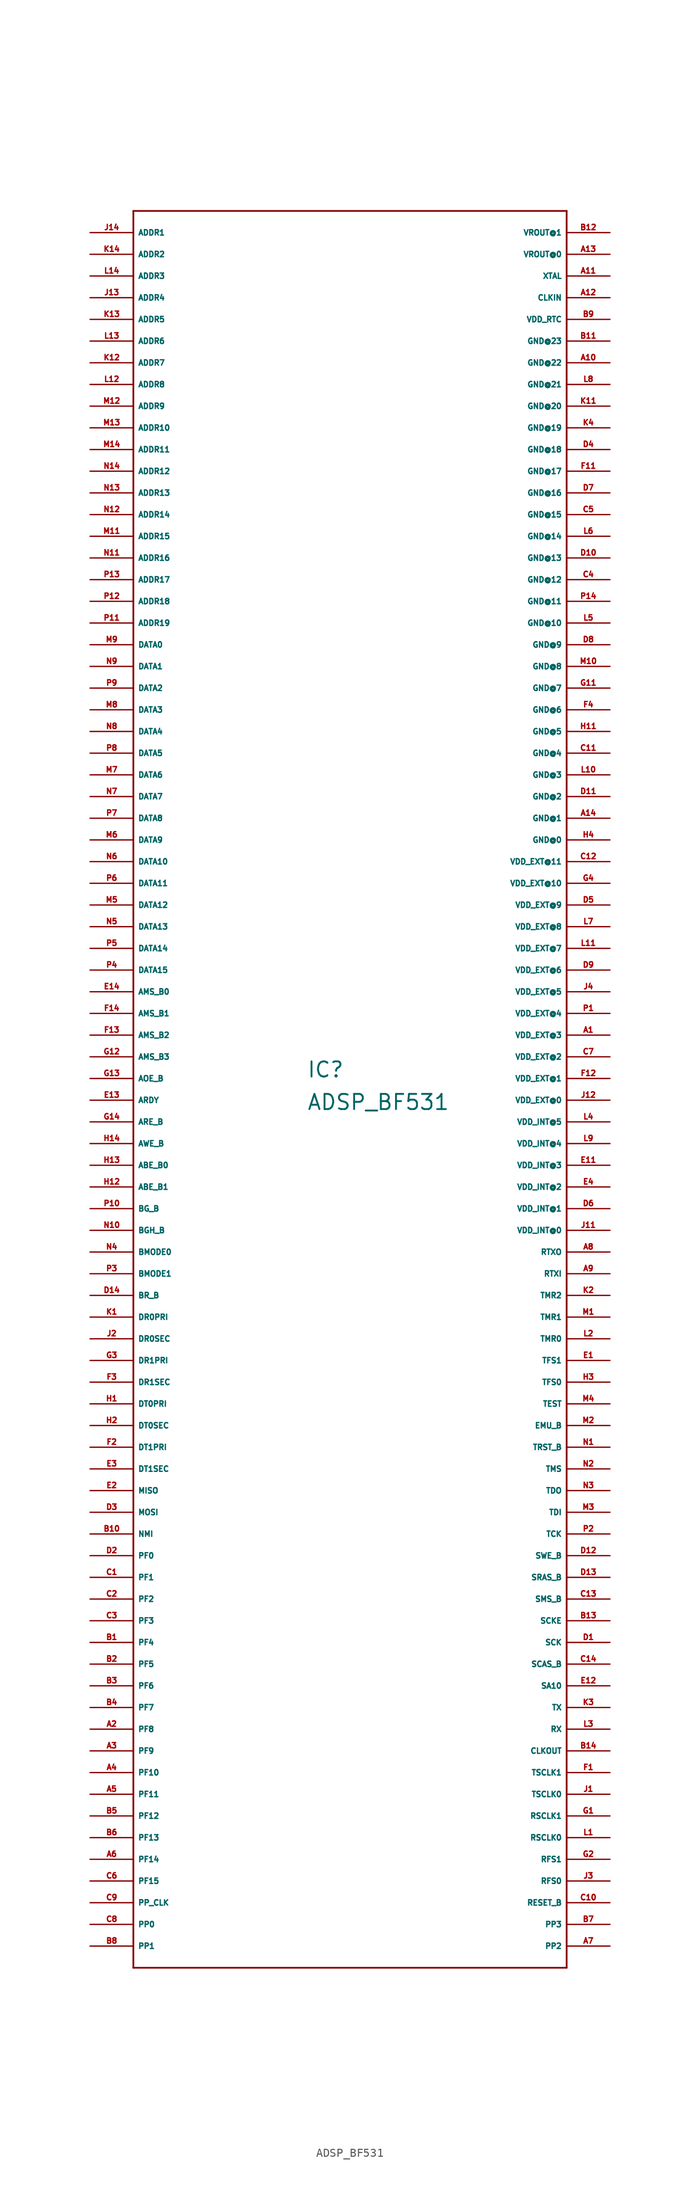
<source format=kicad_sym>
(kicad_symbol_lib
  (version 20220914)
  (generator Eagle2Kicad)
  (symbol "ADSP_BF531"
    (property "Reference" "IC"
      (at 25.4 104.14 0)
      (effects (font (size 1.778 1.778) (thickness 0.22)) (justify left bottom)))
    (property "Value" "ADSP_BF531"
      (at 25.4 100.33 0)
      (effects (font (size 1.778 1.778) (thickness 0.22)) (justify left bottom)))
    (polyline
      (pts (xy 5.08 0) (xy 55.88 0))
      (stroke (width 0.203) (type default))
      (fill (type none)))
    (polyline
      (pts (xy 55.88 0) (xy 55.88 205.74))
      (stroke (width 0.203) (type default))
      (fill (type none)))
    (polyline
      (pts (xy 55.88 205.74) (xy 5.08 205.74))
      (stroke (width 0.203) (type default))
      (fill (type none)))
    (polyline
      (pts (xy 5.08 205.74) (xy 5.08 0))
      (stroke (width 0.203) (type default))
      (fill (type none)))
    (pin output line
      (at 0 203.2 0)
      (length 5.08)
      (name "ADDR1" (effects (font (size 0.635 0.635) (thickness 0.08)) (justify left bottom)))
      (number "J14" (effects (font (size 0.635 0.635) (thickness 0.08)) (justify left bottom))))
    (pin output line
      (at 0 200.66 0)
      (length 5.08)
      (name "ADDR2" (effects (font (size 0.635 0.635) (thickness 0.08)) (justify left bottom)))
      (number "K14" (effects (font (size 0.635 0.635) (thickness 0.08)) (justify left bottom))))
    (pin output line
      (at 0 198.12 0)
      (length 5.08)
      (name "ADDR3" (effects (font (size 0.635 0.635) (thickness 0.08)) (justify left bottom)))
      (number "L14" (effects (font (size 0.635 0.635) (thickness 0.08)) (justify left bottom))))
    (pin output line
      (at 0 195.58 0)
      (length 5.08)
      (name "ADDR4" (effects (font (size 0.635 0.635) (thickness 0.08)) (justify left bottom)))
      (number "J13" (effects (font (size 0.635 0.635) (thickness 0.08)) (justify left bottom))))
    (pin output line
      (at 0 193.04 0)
      (length 5.08)
      (name "ADDR5" (effects (font (size 0.635 0.635) (thickness 0.08)) (justify left bottom)))
      (number "K13" (effects (font (size 0.635 0.635) (thickness 0.08)) (justify left bottom))))
    (pin output line
      (at 0 190.5 0)
      (length 5.08)
      (name "ADDR6" (effects (font (size 0.635 0.635) (thickness 0.08)) (justify left bottom)))
      (number "L13" (effects (font (size 0.635 0.635) (thickness 0.08)) (justify left bottom))))
    (pin output line
      (at 0 187.96 0)
      (length 5.08)
      (name "ADDR7" (effects (font (size 0.635 0.635) (thickness 0.08)) (justify left bottom)))
      (number "K12" (effects (font (size 0.635 0.635) (thickness 0.08)) (justify left bottom))))
    (pin output line
      (at 0 185.42 0)
      (length 5.08)
      (name "ADDR8" (effects (font (size 0.635 0.635) (thickness 0.08)) (justify left bottom)))
      (number "L12" (effects (font (size 0.635 0.635) (thickness 0.08)) (justify left bottom))))
    (pin output line
      (at 0 182.88 0)
      (length 5.08)
      (name "ADDR9" (effects (font (size 0.635 0.635) (thickness 0.08)) (justify left bottom)))
      (number "M12" (effects (font (size 0.635 0.635) (thickness 0.08)) (justify left bottom))))
    (pin output line
      (at 0 180.34 0)
      (length 5.08)
      (name "ADDR10" (effects (font (size 0.635 0.635) (thickness 0.08)) (justify left bottom)))
      (number "M13" (effects (font (size 0.635 0.635) (thickness 0.08)) (justify left bottom))))
    (pin output line
      (at 0 177.8 0)
      (length 5.08)
      (name "ADDR11" (effects (font (size 0.635 0.635) (thickness 0.08)) (justify left bottom)))
      (number "M14" (effects (font (size 0.635 0.635) (thickness 0.08)) (justify left bottom))))
    (pin output line
      (at 0 175.26 0)
      (length 5.08)
      (name "ADDR12" (effects (font (size 0.635 0.635) (thickness 0.08)) (justify left bottom)))
      (number "N14" (effects (font (size 0.635 0.635) (thickness 0.08)) (justify left bottom))))
    (pin output line
      (at 0 172.72 0)
      (length 5.08)
      (name "ADDR13" (effects (font (size 0.635 0.635) (thickness 0.08)) (justify left bottom)))
      (number "N13" (effects (font (size 0.635 0.635) (thickness 0.08)) (justify left bottom))))
    (pin output line
      (at 0 170.18 0)
      (length 5.08)
      (name "ADDR14" (effects (font (size 0.635 0.635) (thickness 0.08)) (justify left bottom)))
      (number "N12" (effects (font (size 0.635 0.635) (thickness 0.08)) (justify left bottom))))
    (pin output line
      (at 0 167.64 0)
      (length 5.08)
      (name "ADDR15" (effects (font (size 0.635 0.635) (thickness 0.08)) (justify left bottom)))
      (number "M11" (effects (font (size 0.635 0.635) (thickness 0.08)) (justify left bottom))))
    (pin output line
      (at 0 165.1 0)
      (length 5.08)
      (name "ADDR16" (effects (font (size 0.635 0.635) (thickness 0.08)) (justify left bottom)))
      (number "N11" (effects (font (size 0.635 0.635) (thickness 0.08)) (justify left bottom))))
    (pin output line
      (at 0 162.56 0)
      (length 5.08)
      (name "ADDR17" (effects (font (size 0.635 0.635) (thickness 0.08)) (justify left bottom)))
      (number "P13" (effects (font (size 0.635 0.635) (thickness 0.08)) (justify left bottom))))
    (pin output line
      (at 0 160.02 0)
      (length 5.08)
      (name "ADDR18" (effects (font (size 0.635 0.635) (thickness 0.08)) (justify left bottom)))
      (number "P12" (effects (font (size 0.635 0.635) (thickness 0.08)) (justify left bottom))))
    (pin output line
      (at 0 157.48 0)
      (length 5.08)
      (name "ADDR19" (effects (font (size 0.635 0.635) (thickness 0.08)) (justify left bottom)))
      (number "P11" (effects (font (size 0.635 0.635) (thickness 0.08)) (justify left bottom))))
    (pin bidirectional line
      (at 0 154.94 0)
      (length 5.08)
      (name "DATA0" (effects (font (size 0.635 0.635) (thickness 0.08)) (justify left bottom)))
      (number "M9" (effects (font (size 0.635 0.635) (thickness 0.08)) (justify left bottom))))
    (pin bidirectional line
      (at 0 152.4 0)
      (length 5.08)
      (name "DATA1" (effects (font (size 0.635 0.635) (thickness 0.08)) (justify left bottom)))
      (number "N9" (effects (font (size 0.635 0.635) (thickness 0.08)) (justify left bottom))))
    (pin bidirectional line
      (at 0 149.86 0)
      (length 5.08)
      (name "DATA2" (effects (font (size 0.635 0.635) (thickness 0.08)) (justify left bottom)))
      (number "P9" (effects (font (size 0.635 0.635) (thickness 0.08)) (justify left bottom))))
    (pin bidirectional line
      (at 0 147.32 0)
      (length 5.08)
      (name "DATA3" (effects (font (size 0.635 0.635) (thickness 0.08)) (justify left bottom)))
      (number "M8" (effects (font (size 0.635 0.635) (thickness 0.08)) (justify left bottom))))
    (pin bidirectional line
      (at 0 144.78 0)
      (length 5.08)
      (name "DATA4" (effects (font (size 0.635 0.635) (thickness 0.08)) (justify left bottom)))
      (number "N8" (effects (font (size 0.635 0.635) (thickness 0.08)) (justify left bottom))))
    (pin bidirectional line
      (at 0 142.24 0)
      (length 5.08)
      (name "DATA5" (effects (font (size 0.635 0.635) (thickness 0.08)) (justify left bottom)))
      (number "P8" (effects (font (size 0.635 0.635) (thickness 0.08)) (justify left bottom))))
    (pin bidirectional line
      (at 0 139.7 0)
      (length 5.08)
      (name "DATA6" (effects (font (size 0.635 0.635) (thickness 0.08)) (justify left bottom)))
      (number "M7" (effects (font (size 0.635 0.635) (thickness 0.08)) (justify left bottom))))
    (pin bidirectional line
      (at 0 137.16 0)
      (length 5.08)
      (name "DATA7" (effects (font (size 0.635 0.635) (thickness 0.08)) (justify left bottom)))
      (number "N7" (effects (font (size 0.635 0.635) (thickness 0.08)) (justify left bottom))))
    (pin bidirectional line
      (at 0 134.62 0)
      (length 5.08)
      (name "DATA8" (effects (font (size 0.635 0.635) (thickness 0.08)) (justify left bottom)))
      (number "P7" (effects (font (size 0.635 0.635) (thickness 0.08)) (justify left bottom))))
    (pin bidirectional line
      (at 0 132.08 0)
      (length 5.08)
      (name "DATA9" (effects (font (size 0.635 0.635) (thickness 0.08)) (justify left bottom)))
      (number "M6" (effects (font (size 0.635 0.635) (thickness 0.08)) (justify left bottom))))
    (pin bidirectional line
      (at 0 129.54 0)
      (length 5.08)
      (name "DATA10" (effects (font (size 0.635 0.635) (thickness 0.08)) (justify left bottom)))
      (number "N6" (effects (font (size 0.635 0.635) (thickness 0.08)) (justify left bottom))))
    (pin bidirectional line
      (at 0 127 0)
      (length 5.08)
      (name "DATA11" (effects (font (size 0.635 0.635) (thickness 0.08)) (justify left bottom)))
      (number "P6" (effects (font (size 0.635 0.635) (thickness 0.08)) (justify left bottom))))
    (pin bidirectional line
      (at 0 124.46 0)
      (length 5.08)
      (name "DATA12" (effects (font (size 0.635 0.635) (thickness 0.08)) (justify left bottom)))
      (number "M5" (effects (font (size 0.635 0.635) (thickness 0.08)) (justify left bottom))))
    (pin bidirectional line
      (at 0 121.92 0)
      (length 5.08)
      (name "DATA13" (effects (font (size 0.635 0.635) (thickness 0.08)) (justify left bottom)))
      (number "N5" (effects (font (size 0.635 0.635) (thickness 0.08)) (justify left bottom))))
    (pin bidirectional line
      (at 0 119.38 0)
      (length 5.08)
      (name "DATA14" (effects (font (size 0.635 0.635) (thickness 0.08)) (justify left bottom)))
      (number "P5" (effects (font (size 0.635 0.635) (thickness 0.08)) (justify left bottom))))
    (pin bidirectional line
      (at 0 116.84 0)
      (length 5.08)
      (name "DATA15" (effects (font (size 0.635 0.635) (thickness 0.08)) (justify left bottom)))
      (number "P4" (effects (font (size 0.635 0.635) (thickness 0.08)) (justify left bottom))))
    (pin output line
      (at 0 114.3 0)
      (length 5.08)
      (name "AMS_B0" (effects (font (size 0.635 0.635) (thickness 0.08)) (justify left bottom)))
      (number "E14" (effects (font (size 0.635 0.635) (thickness 0.08)) (justify left bottom))))
    (pin output line
      (at 0 111.76 0)
      (length 5.08)
      (name "AMS_B1" (effects (font (size 0.635 0.635) (thickness 0.08)) (justify left bottom)))
      (number "F14" (effects (font (size 0.635 0.635) (thickness 0.08)) (justify left bottom))))
    (pin output line
      (at 0 109.22 0)
      (length 5.08)
      (name "AMS_B2" (effects (font (size 0.635 0.635) (thickness 0.08)) (justify left bottom)))
      (number "F13" (effects (font (size 0.635 0.635) (thickness 0.08)) (justify left bottom))))
    (pin output line
      (at 0 106.68 0)
      (length 5.08)
      (name "AMS_B3" (effects (font (size 0.635 0.635) (thickness 0.08)) (justify left bottom)))
      (number "G12" (effects (font (size 0.635 0.635) (thickness 0.08)) (justify left bottom))))
    (pin output line
      (at 0 104.14 0)
      (length 5.08)
      (name "AOE_B" (effects (font (size 0.635 0.635) (thickness 0.08)) (justify left bottom)))
      (number "G13" (effects (font (size 0.635 0.635) (thickness 0.08)) (justify left bottom))))
    (pin input line
      (at 0 101.6 0)
      (length 5.08)
      (name "ARDY" (effects (font (size 0.635 0.635) (thickness 0.08)) (justify left bottom)))
      (number "E13" (effects (font (size 0.635 0.635) (thickness 0.08)) (justify left bottom))))
    (pin output line
      (at 0 99.06 0)
      (length 5.08)
      (name "ARE_B" (effects (font (size 0.635 0.635) (thickness 0.08)) (justify left bottom)))
      (number "G14" (effects (font (size 0.635 0.635) (thickness 0.08)) (justify left bottom))))
    (pin output line
      (at 0 96.52 0)
      (length 5.08)
      (name "AWE_B" (effects (font (size 0.635 0.635) (thickness 0.08)) (justify left bottom)))
      (number "H14" (effects (font (size 0.635 0.635) (thickness 0.08)) (justify left bottom))))
    (pin output line
      (at 0 93.98 0)
      (length 5.08)
      (name "ABE_B0" (effects (font (size 0.635 0.635) (thickness 0.08)) (justify left bottom)))
      (number "H13" (effects (font (size 0.635 0.635) (thickness 0.08)) (justify left bottom))))
    (pin output line
      (at 0 91.44 0)
      (length 5.08)
      (name "ABE_B1" (effects (font (size 0.635 0.635) (thickness 0.08)) (justify left bottom)))
      (number "H12" (effects (font (size 0.635 0.635) (thickness 0.08)) (justify left bottom))))
    (pin tri_state line
      (at 0 88.9 0)
      (length 5.08)
      (name "BG_B" (effects (font (size 0.635 0.635) (thickness 0.08)) (justify left bottom)))
      (number "P10" (effects (font (size 0.635 0.635) (thickness 0.08)) (justify left bottom))))
    (pin tri_state line
      (at 0 86.36 0)
      (length 5.08)
      (name "BGH_B" (effects (font (size 0.635 0.635) (thickness 0.08)) (justify left bottom)))
      (number "N10" (effects (font (size 0.635 0.635) (thickness 0.08)) (justify left bottom))))
    (pin input line
      (at 0 83.82 0)
      (length 5.08)
      (name "BMODE0" (effects (font (size 0.635 0.635) (thickness 0.08)) (justify left bottom)))
      (number "N4" (effects (font (size 0.635 0.635) (thickness 0.08)) (justify left bottom))))
    (pin input line
      (at 0 81.28 0)
      (length 5.08)
      (name "BMODE1" (effects (font (size 0.635 0.635) (thickness 0.08)) (justify left bottom)))
      (number "P3" (effects (font (size 0.635 0.635) (thickness 0.08)) (justify left bottom))))
    (pin input line
      (at 0 78.74 0)
      (length 5.08)
      (name "BR_B" (effects (font (size 0.635 0.635) (thickness 0.08)) (justify left bottom)))
      (number "D14" (effects (font (size 0.635 0.635) (thickness 0.08)) (justify left bottom))))
    (pin input line
      (at 0 76.2 0)
      (length 5.08)
      (name "DR0PRI" (effects (font (size 0.635 0.635) (thickness 0.08)) (justify left bottom)))
      (number "K1" (effects (font (size 0.635 0.635) (thickness 0.08)) (justify left bottom))))
    (pin input line
      (at 0 73.66 0)
      (length 5.08)
      (name "DR0SEC" (effects (font (size 0.635 0.635) (thickness 0.08)) (justify left bottom)))
      (number "J2" (effects (font (size 0.635 0.635) (thickness 0.08)) (justify left bottom))))
    (pin input line
      (at 0 71.12 0)
      (length 5.08)
      (name "DR1PRI" (effects (font (size 0.635 0.635) (thickness 0.08)) (justify left bottom)))
      (number "G3" (effects (font (size 0.635 0.635) (thickness 0.08)) (justify left bottom))))
    (pin input line
      (at 0 68.58 0)
      (length 5.08)
      (name "DR1SEC" (effects (font (size 0.635 0.635) (thickness 0.08)) (justify left bottom)))
      (number "F3" (effects (font (size 0.635 0.635) (thickness 0.08)) (justify left bottom))))
    (pin output line
      (at 0 66.04 0)
      (length 5.08)
      (name "DT0PRI" (effects (font (size 0.635 0.635) (thickness 0.08)) (justify left bottom)))
      (number "H1" (effects (font (size 0.635 0.635) (thickness 0.08)) (justify left bottom))))
    (pin output line
      (at 0 63.5 0)
      (length 5.08)
      (name "DT0SEC" (effects (font (size 0.635 0.635) (thickness 0.08)) (justify left bottom)))
      (number "H2" (effects (font (size 0.635 0.635) (thickness 0.08)) (justify left bottom))))
    (pin output line
      (at 0 60.96 0)
      (length 5.08)
      (name "DT1PRI" (effects (font (size 0.635 0.635) (thickness 0.08)) (justify left bottom)))
      (number "F2" (effects (font (size 0.635 0.635) (thickness 0.08)) (justify left bottom))))
    (pin output line
      (at 0 58.42 0)
      (length 5.08)
      (name "DT1SEC" (effects (font (size 0.635 0.635) (thickness 0.08)) (justify left bottom)))
      (number "E3" (effects (font (size 0.635 0.635) (thickness 0.08)) (justify left bottom))))
    (pin bidirectional line
      (at 0 55.88 0)
      (length 5.08)
      (name "MISO" (effects (font (size 0.635 0.635) (thickness 0.08)) (justify left bottom)))
      (number "E2" (effects (font (size 0.635 0.635) (thickness 0.08)) (justify left bottom))))
    (pin bidirectional line
      (at 0 53.34 0)
      (length 5.08)
      (name "MOSI" (effects (font (size 0.635 0.635) (thickness 0.08)) (justify left bottom)))
      (number "D3" (effects (font (size 0.635 0.635) (thickness 0.08)) (justify left bottom))))
    (pin input line
      (at 0 50.8 0)
      (length 5.08)
      (name "NMI" (effects (font (size 0.635 0.635) (thickness 0.08)) (justify left bottom)))
      (number "B10" (effects (font (size 0.635 0.635) (thickness 0.08)) (justify left bottom))))
    (pin bidirectional line
      (at 0 48.26 0)
      (length 5.08)
      (name "PF0" (effects (font (size 0.635 0.635) (thickness 0.08)) (justify left bottom)))
      (number "D2" (effects (font (size 0.635 0.635) (thickness 0.08)) (justify left bottom))))
    (pin bidirectional line
      (at 0 45.72 0)
      (length 5.08)
      (name "PF1" (effects (font (size 0.635 0.635) (thickness 0.08)) (justify left bottom)))
      (number "C1" (effects (font (size 0.635 0.635) (thickness 0.08)) (justify left bottom))))
    (pin bidirectional line
      (at 0 43.18 0)
      (length 5.08)
      (name "PF2" (effects (font (size 0.635 0.635) (thickness 0.08)) (justify left bottom)))
      (number "C2" (effects (font (size 0.635 0.635) (thickness 0.08)) (justify left bottom))))
    (pin bidirectional line
      (at 0 40.64 0)
      (length 5.08)
      (name "PF3" (effects (font (size 0.635 0.635) (thickness 0.08)) (justify left bottom)))
      (number "C3" (effects (font (size 0.635 0.635) (thickness 0.08)) (justify left bottom))))
    (pin bidirectional line
      (at 0 38.1 0)
      (length 5.08)
      (name "PF4" (effects (font (size 0.635 0.635) (thickness 0.08)) (justify left bottom)))
      (number "B1" (effects (font (size 0.635 0.635) (thickness 0.08)) (justify left bottom))))
    (pin bidirectional line
      (at 0 35.56 0)
      (length 5.08)
      (name "PF5" (effects (font (size 0.635 0.635) (thickness 0.08)) (justify left bottom)))
      (number "B2" (effects (font (size 0.635 0.635) (thickness 0.08)) (justify left bottom))))
    (pin bidirectional line
      (at 0 33.02 0)
      (length 5.08)
      (name "PF6" (effects (font (size 0.635 0.635) (thickness 0.08)) (justify left bottom)))
      (number "B3" (effects (font (size 0.635 0.635) (thickness 0.08)) (justify left bottom))))
    (pin bidirectional line
      (at 0 30.48 0)
      (length 5.08)
      (name "PF7" (effects (font (size 0.635 0.635) (thickness 0.08)) (justify left bottom)))
      (number "B4" (effects (font (size 0.635 0.635) (thickness 0.08)) (justify left bottom))))
    (pin bidirectional line
      (at 0 27.94 0)
      (length 5.08)
      (name "PF8" (effects (font (size 0.635 0.635) (thickness 0.08)) (justify left bottom)))
      (number "A2" (effects (font (size 0.635 0.635) (thickness 0.08)) (justify left bottom))))
    (pin bidirectional line
      (at 0 25.4 0)
      (length 5.08)
      (name "PF9" (effects (font (size 0.635 0.635) (thickness 0.08)) (justify left bottom)))
      (number "A3" (effects (font (size 0.635 0.635) (thickness 0.08)) (justify left bottom))))
    (pin bidirectional line
      (at 0 22.86 0)
      (length 5.08)
      (name "PF10" (effects (font (size 0.635 0.635) (thickness 0.08)) (justify left bottom)))
      (number "A4" (effects (font (size 0.635 0.635) (thickness 0.08)) (justify left bottom))))
    (pin bidirectional line
      (at 0 20.32 0)
      (length 5.08)
      (name "PF11" (effects (font (size 0.635 0.635) (thickness 0.08)) (justify left bottom)))
      (number "A5" (effects (font (size 0.635 0.635) (thickness 0.08)) (justify left bottom))))
    (pin bidirectional line
      (at 0 17.78 0)
      (length 5.08)
      (name "PF12" (effects (font (size 0.635 0.635) (thickness 0.08)) (justify left bottom)))
      (number "B5" (effects (font (size 0.635 0.635) (thickness 0.08)) (justify left bottom))))
    (pin bidirectional line
      (at 0 15.24 0)
      (length 5.08)
      (name "PF13" (effects (font (size 0.635 0.635) (thickness 0.08)) (justify left bottom)))
      (number "B6" (effects (font (size 0.635 0.635) (thickness 0.08)) (justify left bottom))))
    (pin bidirectional line
      (at 0 12.7 0)
      (length 5.08)
      (name "PF14" (effects (font (size 0.635 0.635) (thickness 0.08)) (justify left bottom)))
      (number "A6" (effects (font (size 0.635 0.635) (thickness 0.08)) (justify left bottom))))
    (pin bidirectional line
      (at 0 10.16 0)
      (length 5.08)
      (name "PF15" (effects (font (size 0.635 0.635) (thickness 0.08)) (justify left bottom)))
      (number "C6" (effects (font (size 0.635 0.635) (thickness 0.08)) (justify left bottom))))
    (pin input line
      (at 0 7.62 0)
      (length 5.08)
      (name "PP_CLK" (effects (font (size 0.635 0.635) (thickness 0.08)) (justify left bottom)))
      (number "C9" (effects (font (size 0.635 0.635) (thickness 0.08)) (justify left bottom))))
    (pin bidirectional line
      (at 0 5.08 0)
      (length 5.08)
      (name "PP0" (effects (font (size 0.635 0.635) (thickness 0.08)) (justify left bottom)))
      (number "C8" (effects (font (size 0.635 0.635) (thickness 0.08)) (justify left bottom))))
    (pin bidirectional line
      (at 0 2.54 0)
      (length 5.08)
      (name "PP1" (effects (font (size 0.635 0.635) (thickness 0.08)) (justify left bottom)))
      (number "B8" (effects (font (size 0.635 0.635) (thickness 0.08)) (justify left bottom))))
    (pin bidirectional line
      (at 60.96 2.54 180)
      (length 5.08)
      (name "PP2" (effects (font (size 0.635 0.635) (thickness 0.08)) (justify left bottom)))
      (number "A7" (effects (font (size 0.635 0.635) (thickness 0.08)) (justify left bottom))))
    (pin bidirectional line
      (at 60.96 5.08 180)
      (length 5.08)
      (name "PP3" (effects (font (size 0.635 0.635) (thickness 0.08)) (justify left bottom)))
      (number "B7" (effects (font (size 0.635 0.635) (thickness 0.08)) (justify left bottom))))
    (pin input line
      (at 60.96 7.62 180)
      (length 5.08)
      (name "RESET_B" (effects (font (size 0.635 0.635) (thickness 0.08)) (justify left bottom)))
      (number "C10" (effects (font (size 0.635 0.635) (thickness 0.08)) (justify left bottom))))
    (pin bidirectional line
      (at 60.96 10.16 180)
      (length 5.08)
      (name "RFS0" (effects (font (size 0.635 0.635) (thickness 0.08)) (justify left bottom)))
      (number "J3" (effects (font (size 0.635 0.635) (thickness 0.08)) (justify left bottom))))
    (pin bidirectional line
      (at 60.96 12.7 180)
      (length 5.08)
      (name "RFS1" (effects (font (size 0.635 0.635) (thickness 0.08)) (justify left bottom)))
      (number "G2" (effects (font (size 0.635 0.635) (thickness 0.08)) (justify left bottom))))
    (pin bidirectional line
      (at 60.96 15.24 180)
      (length 5.08)
      (name "RSCLK0" (effects (font (size 0.635 0.635) (thickness 0.08)) (justify left bottom)))
      (number "L1" (effects (font (size 0.635 0.635) (thickness 0.08)) (justify left bottom))))
    (pin bidirectional line
      (at 60.96 17.78 180)
      (length 5.08)
      (name "RSCLK1" (effects (font (size 0.635 0.635) (thickness 0.08)) (justify left bottom)))
      (number "G1" (effects (font (size 0.635 0.635) (thickness 0.08)) (justify left bottom))))
    (pin bidirectional line
      (at 60.96 20.32 180)
      (length 5.08)
      (name "TSCLK0" (effects (font (size 0.635 0.635) (thickness 0.08)) (justify left bottom)))
      (number "J1" (effects (font (size 0.635 0.635) (thickness 0.08)) (justify left bottom))))
    (pin bidirectional line
      (at 60.96 22.86 180)
      (length 5.08)
      (name "TSCLK1" (effects (font (size 0.635 0.635) (thickness 0.08)) (justify left bottom)))
      (number "F1" (effects (font (size 0.635 0.635) (thickness 0.08)) (justify left bottom))))
    (pin output line
      (at 60.96 25.4 180)
      (length 5.08)
      (name "CLKOUT" (effects (font (size 0.635 0.635) (thickness 0.08)) (justify left bottom)))
      (number "B14" (effects (font (size 0.635 0.635) (thickness 0.08)) (justify left bottom))))
    (pin input line
      (at 60.96 27.94 180)
      (length 5.08)
      (name "RX" (effects (font (size 0.635 0.635) (thickness 0.08)) (justify left bottom)))
      (number "L3" (effects (font (size 0.635 0.635) (thickness 0.08)) (justify left bottom))))
    (pin tri_state line
      (at 60.96 30.48 180)
      (length 5.08)
      (name "TX" (effects (font (size 0.635 0.635) (thickness 0.08)) (justify left bottom)))
      (number "K3" (effects (font (size 0.635 0.635) (thickness 0.08)) (justify left bottom))))
    (pin output line
      (at 60.96 33.02 180)
      (length 5.08)
      (name "SA10" (effects (font (size 0.635 0.635) (thickness 0.08)) (justify left bottom)))
      (number "E12" (effects (font (size 0.635 0.635) (thickness 0.08)) (justify left bottom))))
    (pin output line
      (at 60.96 35.56 180)
      (length 5.08)
      (name "SCAS_B" (effects (font (size 0.635 0.635) (thickness 0.08)) (justify left bottom)))
      (number "C14" (effects (font (size 0.635 0.635) (thickness 0.08)) (justify left bottom))))
    (pin bidirectional line
      (at 60.96 38.1 180)
      (length 5.08)
      (name "SCK" (effects (font (size 0.635 0.635) (thickness 0.08)) (justify left bottom)))
      (number "D1" (effects (font (size 0.635 0.635) (thickness 0.08)) (justify left bottom))))
    (pin output line
      (at 60.96 40.64 180)
      (length 5.08)
      (name "SCKE" (effects (font (size 0.635 0.635) (thickness 0.08)) (justify left bottom)))
      (number "B13" (effects (font (size 0.635 0.635) (thickness 0.08)) (justify left bottom))))
    (pin output line
      (at 60.96 43.18 180)
      (length 5.08)
      (name "SMS_B" (effects (font (size 0.635 0.635) (thickness 0.08)) (justify left bottom)))
      (number "C13" (effects (font (size 0.635 0.635) (thickness 0.08)) (justify left bottom))))
    (pin output line
      (at 60.96 45.72 180)
      (length 5.08)
      (name "SRAS_B" (effects (font (size 0.635 0.635) (thickness 0.08)) (justify left bottom)))
      (number "D13" (effects (font (size 0.635 0.635) (thickness 0.08)) (justify left bottom))))
    (pin output line
      (at 60.96 48.26 180)
      (length 5.08)
      (name "SWE_B" (effects (font (size 0.635 0.635) (thickness 0.08)) (justify left bottom)))
      (number "D12" (effects (font (size 0.635 0.635) (thickness 0.08)) (justify left bottom))))
    (pin input line
      (at 60.96 50.8 180)
      (length 5.08)
      (name "TCK" (effects (font (size 0.635 0.635) (thickness 0.08)) (justify left bottom)))
      (number "P2" (effects (font (size 0.635 0.635) (thickness 0.08)) (justify left bottom))))
    (pin input line
      (at 60.96 53.34 180)
      (length 5.08)
      (name "TDI" (effects (font (size 0.635 0.635) (thickness 0.08)) (justify left bottom)))
      (number "M3" (effects (font (size 0.635 0.635) (thickness 0.08)) (justify left bottom))))
    (pin output line
      (at 60.96 55.88 180)
      (length 5.08)
      (name "TDO" (effects (font (size 0.635 0.635) (thickness 0.08)) (justify left bottom)))
      (number "N3" (effects (font (size 0.635 0.635) (thickness 0.08)) (justify left bottom))))
    (pin input line
      (at 60.96 58.42 180)
      (length 5.08)
      (name "TMS" (effects (font (size 0.635 0.635) (thickness 0.08)) (justify left bottom)))
      (number "N2" (effects (font (size 0.635 0.635) (thickness 0.08)) (justify left bottom))))
    (pin input line
      (at 60.96 60.96 180)
      (length 5.08)
      (name "TRST_B" (effects (font (size 0.635 0.635) (thickness 0.08)) (justify left bottom)))
      (number "N1" (effects (font (size 0.635 0.635) (thickness 0.08)) (justify left bottom))))
    (pin unspecified line
      (at 60.96 63.5 180)
      (length 5.08)
      (name "EMU_B" (effects (font (size 0.635 0.635) (thickness 0.08)) (justify left bottom)))
      (number "M2" (effects (font (size 0.635 0.635) (thickness 0.08)) (justify left bottom))))
    (pin input line
      (at 60.96 66.04 180)
      (length 5.08)
      (name "TEST" (effects (font (size 0.635 0.635) (thickness 0.08)) (justify left bottom)))
      (number "M4" (effects (font (size 0.635 0.635) (thickness 0.08)) (justify left bottom))))
    (pin bidirectional line
      (at 60.96 68.58 180)
      (length 5.08)
      (name "TFS0" (effects (font (size 0.635 0.635) (thickness 0.08)) (justify left bottom)))
      (number "H3" (effects (font (size 0.635 0.635) (thickness 0.08)) (justify left bottom))))
    (pin bidirectional line
      (at 60.96 71.12 180)
      (length 5.08)
      (name "TFS1" (effects (font (size 0.635 0.635) (thickness 0.08)) (justify left bottom)))
      (number "E1" (effects (font (size 0.635 0.635) (thickness 0.08)) (justify left bottom))))
    (pin bidirectional line
      (at 60.96 73.66 180)
      (length 5.08)
      (name "TMR0" (effects (font (size 0.635 0.635) (thickness 0.08)) (justify left bottom)))
      (number "L2" (effects (font (size 0.635 0.635) (thickness 0.08)) (justify left bottom))))
    (pin bidirectional line
      (at 60.96 76.2 180)
      (length 5.08)
      (name "TMR1" (effects (font (size 0.635 0.635) (thickness 0.08)) (justify left bottom)))
      (number "M1" (effects (font (size 0.635 0.635) (thickness 0.08)) (justify left bottom))))
    (pin bidirectional line
      (at 60.96 78.74 180)
      (length 5.08)
      (name "TMR2" (effects (font (size 0.635 0.635) (thickness 0.08)) (justify left bottom)))
      (number "K2" (effects (font (size 0.635 0.635) (thickness 0.08)) (justify left bottom))))
    (pin unspecified line
      (at 60.96 81.28 180)
      (length 5.08)
      (name "RTXI" (effects (font (size 0.635 0.635) (thickness 0.08)) (justify left bottom)))
      (number "A9" (effects (font (size 0.635 0.635) (thickness 0.08)) (justify left bottom))))
    (pin unspecified line
      (at 60.96 83.82 180)
      (length 5.08)
      (name "RTXO" (effects (font (size 0.635 0.635) (thickness 0.08)) (justify left bottom)))
      (number "A8" (effects (font (size 0.635 0.635) (thickness 0.08)) (justify left bottom))))
    (pin unspecified line
      (at 60.96 86.36 180)
      (length 5.08)
      (name "VDD_INT@0" (effects (font (size 0.635 0.635) (thickness 0.08)) (justify left bottom)))
      (number "J11" (effects (font (size 0.635 0.635) (thickness 0.08)) (justify left bottom))))
    (pin unspecified line
      (at 60.96 88.9 180)
      (length 5.08)
      (name "VDD_INT@1" (effects (font (size 0.635 0.635) (thickness 0.08)) (justify left bottom)))
      (number "D6" (effects (font (size 0.635 0.635) (thickness 0.08)) (justify left bottom))))
    (pin unspecified line
      (at 60.96 91.44 180)
      (length 5.08)
      (name "VDD_INT@2" (effects (font (size 0.635 0.635) (thickness 0.08)) (justify left bottom)))
      (number "E4" (effects (font (size 0.635 0.635) (thickness 0.08)) (justify left bottom))))
    (pin unspecified line
      (at 60.96 93.98 180)
      (length 5.08)
      (name "VDD_INT@3" (effects (font (size 0.635 0.635) (thickness 0.08)) (justify left bottom)))
      (number "E11" (effects (font (size 0.635 0.635) (thickness 0.08)) (justify left bottom))))
    (pin unspecified line
      (at 60.96 96.52 180)
      (length 5.08)
      (name "VDD_INT@4" (effects (font (size 0.635 0.635) (thickness 0.08)) (justify left bottom)))
      (number "L9" (effects (font (size 0.635 0.635) (thickness 0.08)) (justify left bottom))))
    (pin unspecified line
      (at 60.96 99.06 180)
      (length 5.08)
      (name "VDD_INT@5" (effects (font (size 0.635 0.635) (thickness 0.08)) (justify left bottom)))
      (number "L4" (effects (font (size 0.635 0.635) (thickness 0.08)) (justify left bottom))))
    (pin unspecified line
      (at 60.96 101.6 180)
      (length 5.08)
      (name "VDD_EXT@0" (effects (font (size 0.635 0.635) (thickness 0.08)) (justify left bottom)))
      (number "J12" (effects (font (size 0.635 0.635) (thickness 0.08)) (justify left bottom))))
    (pin unspecified line
      (at 60.96 104.14 180)
      (length 5.08)
      (name "VDD_EXT@1" (effects (font (size 0.635 0.635) (thickness 0.08)) (justify left bottom)))
      (number "F12" (effects (font (size 0.635 0.635) (thickness 0.08)) (justify left bottom))))
    (pin unspecified line
      (at 60.96 106.68 180)
      (length 5.08)
      (name "VDD_EXT@2" (effects (font (size 0.635 0.635) (thickness 0.08)) (justify left bottom)))
      (number "C7" (effects (font (size 0.635 0.635) (thickness 0.08)) (justify left bottom))))
    (pin unspecified line
      (at 60.96 109.22 180)
      (length 5.08)
      (name "VDD_EXT@3" (effects (font (size 0.635 0.635) (thickness 0.08)) (justify left bottom)))
      (number "A1" (effects (font (size 0.635 0.635) (thickness 0.08)) (justify left bottom))))
    (pin unspecified line
      (at 60.96 111.76 180)
      (length 5.08)
      (name "VDD_EXT@4" (effects (font (size 0.635 0.635) (thickness 0.08)) (justify left bottom)))
      (number "P1" (effects (font (size 0.635 0.635) (thickness 0.08)) (justify left bottom))))
    (pin unspecified line
      (at 60.96 114.3 180)
      (length 5.08)
      (name "VDD_EXT@5" (effects (font (size 0.635 0.635) (thickness 0.08)) (justify left bottom)))
      (number "J4" (effects (font (size 0.635 0.635) (thickness 0.08)) (justify left bottom))))
    (pin unspecified line
      (at 60.96 116.84 180)
      (length 5.08)
      (name "VDD_EXT@6" (effects (font (size 0.635 0.635) (thickness 0.08)) (justify left bottom)))
      (number "D9" (effects (font (size 0.635 0.635) (thickness 0.08)) (justify left bottom))))
    (pin unspecified line
      (at 60.96 119.38 180)
      (length 5.08)
      (name "VDD_EXT@7" (effects (font (size 0.635 0.635) (thickness 0.08)) (justify left bottom)))
      (number "L11" (effects (font (size 0.635 0.635) (thickness 0.08)) (justify left bottom))))
    (pin unspecified line
      (at 60.96 121.92 180)
      (length 5.08)
      (name "VDD_EXT@8" (effects (font (size 0.635 0.635) (thickness 0.08)) (justify left bottom)))
      (number "L7" (effects (font (size 0.635 0.635) (thickness 0.08)) (justify left bottom))))
    (pin unspecified line
      (at 60.96 124.46 180)
      (length 5.08)
      (name "VDD_EXT@9" (effects (font (size 0.635 0.635) (thickness 0.08)) (justify left bottom)))
      (number "D5" (effects (font (size 0.635 0.635) (thickness 0.08)) (justify left bottom))))
    (pin unspecified line
      (at 60.96 127 180)
      (length 5.08)
      (name "VDD_EXT@10" (effects (font (size 0.635 0.635) (thickness 0.08)) (justify left bottom)))
      (number "G4" (effects (font (size 0.635 0.635) (thickness 0.08)) (justify left bottom))))
    (pin unspecified line
      (at 60.96 129.54 180)
      (length 5.08)
      (name "VDD_EXT@11" (effects (font (size 0.635 0.635) (thickness 0.08)) (justify left bottom)))
      (number "C12" (effects (font (size 0.635 0.635) (thickness 0.08)) (justify left bottom))))
    (pin unspecified line
      (at 60.96 132.08 180)
      (length 5.08)
      (name "GND@0" (effects (font (size 0.635 0.635) (thickness 0.08)) (justify left bottom)))
      (number "H4" (effects (font (size 0.635 0.635) (thickness 0.08)) (justify left bottom))))
    (pin unspecified line
      (at 60.96 134.62 180)
      (length 5.08)
      (name "GND@1" (effects (font (size 0.635 0.635) (thickness 0.08)) (justify left bottom)))
      (number "A14" (effects (font (size 0.635 0.635) (thickness 0.08)) (justify left bottom))))
    (pin unspecified line
      (at 60.96 137.16 180)
      (length 5.08)
      (name "GND@2" (effects (font (size 0.635 0.635) (thickness 0.08)) (justify left bottom)))
      (number "D11" (effects (font (size 0.635 0.635) (thickness 0.08)) (justify left bottom))))
    (pin unspecified line
      (at 60.96 139.7 180)
      (length 5.08)
      (name "GND@3" (effects (font (size 0.635 0.635) (thickness 0.08)) (justify left bottom)))
      (number "L10" (effects (font (size 0.635 0.635) (thickness 0.08)) (justify left bottom))))
    (pin unspecified line
      (at 60.96 142.24 180)
      (length 5.08)
      (name "GND@4" (effects (font (size 0.635 0.635) (thickness 0.08)) (justify left bottom)))
      (number "C11" (effects (font (size 0.635 0.635) (thickness 0.08)) (justify left bottom))))
    (pin unspecified line
      (at 60.96 144.78 180)
      (length 5.08)
      (name "GND@5" (effects (font (size 0.635 0.635) (thickness 0.08)) (justify left bottom)))
      (number "H11" (effects (font (size 0.635 0.635) (thickness 0.08)) (justify left bottom))))
    (pin unspecified line
      (at 60.96 147.32 180)
      (length 5.08)
      (name "GND@6" (effects (font (size 0.635 0.635) (thickness 0.08)) (justify left bottom)))
      (number "F4" (effects (font (size 0.635 0.635) (thickness 0.08)) (justify left bottom))))
    (pin unspecified line
      (at 60.96 149.86 180)
      (length 5.08)
      (name "GND@7" (effects (font (size 0.635 0.635) (thickness 0.08)) (justify left bottom)))
      (number "G11" (effects (font (size 0.635 0.635) (thickness 0.08)) (justify left bottom))))
    (pin unspecified line
      (at 60.96 152.4 180)
      (length 5.08)
      (name "GND@8" (effects (font (size 0.635 0.635) (thickness 0.08)) (justify left bottom)))
      (number "M10" (effects (font (size 0.635 0.635) (thickness 0.08)) (justify left bottom))))
    (pin unspecified line
      (at 60.96 154.94 180)
      (length 5.08)
      (name "GND@9" (effects (font (size 0.635 0.635) (thickness 0.08)) (justify left bottom)))
      (number "D8" (effects (font (size 0.635 0.635) (thickness 0.08)) (justify left bottom))))
    (pin unspecified line
      (at 60.96 157.48 180)
      (length 5.08)
      (name "GND@10" (effects (font (size 0.635 0.635) (thickness 0.08)) (justify left bottom)))
      (number "L5" (effects (font (size 0.635 0.635) (thickness 0.08)) (justify left bottom))))
    (pin unspecified line
      (at 60.96 160.02 180)
      (length 5.08)
      (name "GND@11" (effects (font (size 0.635 0.635) (thickness 0.08)) (justify left bottom)))
      (number "P14" (effects (font (size 0.635 0.635) (thickness 0.08)) (justify left bottom))))
    (pin unspecified line
      (at 60.96 162.56 180)
      (length 5.08)
      (name "GND@12" (effects (font (size 0.635 0.635) (thickness 0.08)) (justify left bottom)))
      (number "C4" (effects (font (size 0.635 0.635) (thickness 0.08)) (justify left bottom))))
    (pin unspecified line
      (at 60.96 165.1 180)
      (length 5.08)
      (name "GND@13" (effects (font (size 0.635 0.635) (thickness 0.08)) (justify left bottom)))
      (number "D10" (effects (font (size 0.635 0.635) (thickness 0.08)) (justify left bottom))))
    (pin unspecified line
      (at 60.96 167.64 180)
      (length 5.08)
      (name "GND@14" (effects (font (size 0.635 0.635) (thickness 0.08)) (justify left bottom)))
      (number "L6" (effects (font (size 0.635 0.635) (thickness 0.08)) (justify left bottom))))
    (pin unspecified line
      (at 60.96 170.18 180)
      (length 5.08)
      (name "GND@15" (effects (font (size 0.635 0.635) (thickness 0.08)) (justify left bottom)))
      (number "C5" (effects (font (size 0.635 0.635) (thickness 0.08)) (justify left bottom))))
    (pin unspecified line
      (at 60.96 172.72 180)
      (length 5.08)
      (name "GND@16" (effects (font (size 0.635 0.635) (thickness 0.08)) (justify left bottom)))
      (number "D7" (effects (font (size 0.635 0.635) (thickness 0.08)) (justify left bottom))))
    (pin unspecified line
      (at 60.96 175.26 180)
      (length 5.08)
      (name "GND@17" (effects (font (size 0.635 0.635) (thickness 0.08)) (justify left bottom)))
      (number "F11" (effects (font (size 0.635 0.635) (thickness 0.08)) (justify left bottom))))
    (pin unspecified line
      (at 60.96 177.8 180)
      (length 5.08)
      (name "GND@18" (effects (font (size 0.635 0.635) (thickness 0.08)) (justify left bottom)))
      (number "D4" (effects (font (size 0.635 0.635) (thickness 0.08)) (justify left bottom))))
    (pin unspecified line
      (at 60.96 180.34 180)
      (length 5.08)
      (name "GND@19" (effects (font (size 0.635 0.635) (thickness 0.08)) (justify left bottom)))
      (number "K4" (effects (font (size 0.635 0.635) (thickness 0.08)) (justify left bottom))))
    (pin unspecified line
      (at 60.96 182.88 180)
      (length 5.08)
      (name "GND@20" (effects (font (size 0.635 0.635) (thickness 0.08)) (justify left bottom)))
      (number "K11" (effects (font (size 0.635 0.635) (thickness 0.08)) (justify left bottom))))
    (pin unspecified line
      (at 60.96 185.42 180)
      (length 5.08)
      (name "GND@21" (effects (font (size 0.635 0.635) (thickness 0.08)) (justify left bottom)))
      (number "L8" (effects (font (size 0.635 0.635) (thickness 0.08)) (justify left bottom))))
    (pin unspecified line
      (at 60.96 187.96 180)
      (length 5.08)
      (name "GND@22" (effects (font (size 0.635 0.635) (thickness 0.08)) (justify left bottom)))
      (number "A10" (effects (font (size 0.635 0.635) (thickness 0.08)) (justify left bottom))))
    (pin unspecified line
      (at 60.96 190.5 180)
      (length 5.08)
      (name "GND@23" (effects (font (size 0.635 0.635) (thickness 0.08)) (justify left bottom)))
      (number "B11" (effects (font (size 0.635 0.635) (thickness 0.08)) (justify left bottom))))
    (pin unspecified line
      (at 60.96 193.04 180)
      (length 5.08)
      (name "VDD_RTC" (effects (font (size 0.635 0.635) (thickness 0.08)) (justify left bottom)))
      (number "B9" (effects (font (size 0.635 0.635) (thickness 0.08)) (justify left bottom))))
    (pin unspecified line
      (at 60.96 195.58 180)
      (length 5.08)
      (name "CLKIN" (effects (font (size 0.635 0.635) (thickness 0.08)) (justify left bottom)))
      (number "A12" (effects (font (size 0.635 0.635) (thickness 0.08)) (justify left bottom))))
    (pin unspecified line
      (at 60.96 198.12 180)
      (length 5.08)
      (name "XTAL" (effects (font (size 0.635 0.635) (thickness 0.08)) (justify left bottom)))
      (number "A11" (effects (font (size 0.635 0.635) (thickness 0.08)) (justify left bottom))))
    (pin unspecified line
      (at 60.96 200.66 180)
      (length 5.08)
      (name "VROUT@0" (effects (font (size 0.635 0.635) (thickness 0.08)) (justify left bottom)))
      (number "A13" (effects (font (size 0.635 0.635) (thickness 0.08)) (justify left bottom))))
    (pin unspecified line
      (at 60.96 203.2 180)
      (length 5.08)
      (name "VROUT@1" (effects (font (size 0.635 0.635) (thickness 0.08)) (justify left bottom)))
      (number "B12" (effects (font (size 0.635 0.635) (thickness 0.08)) (justify left bottom))))))
</source>
